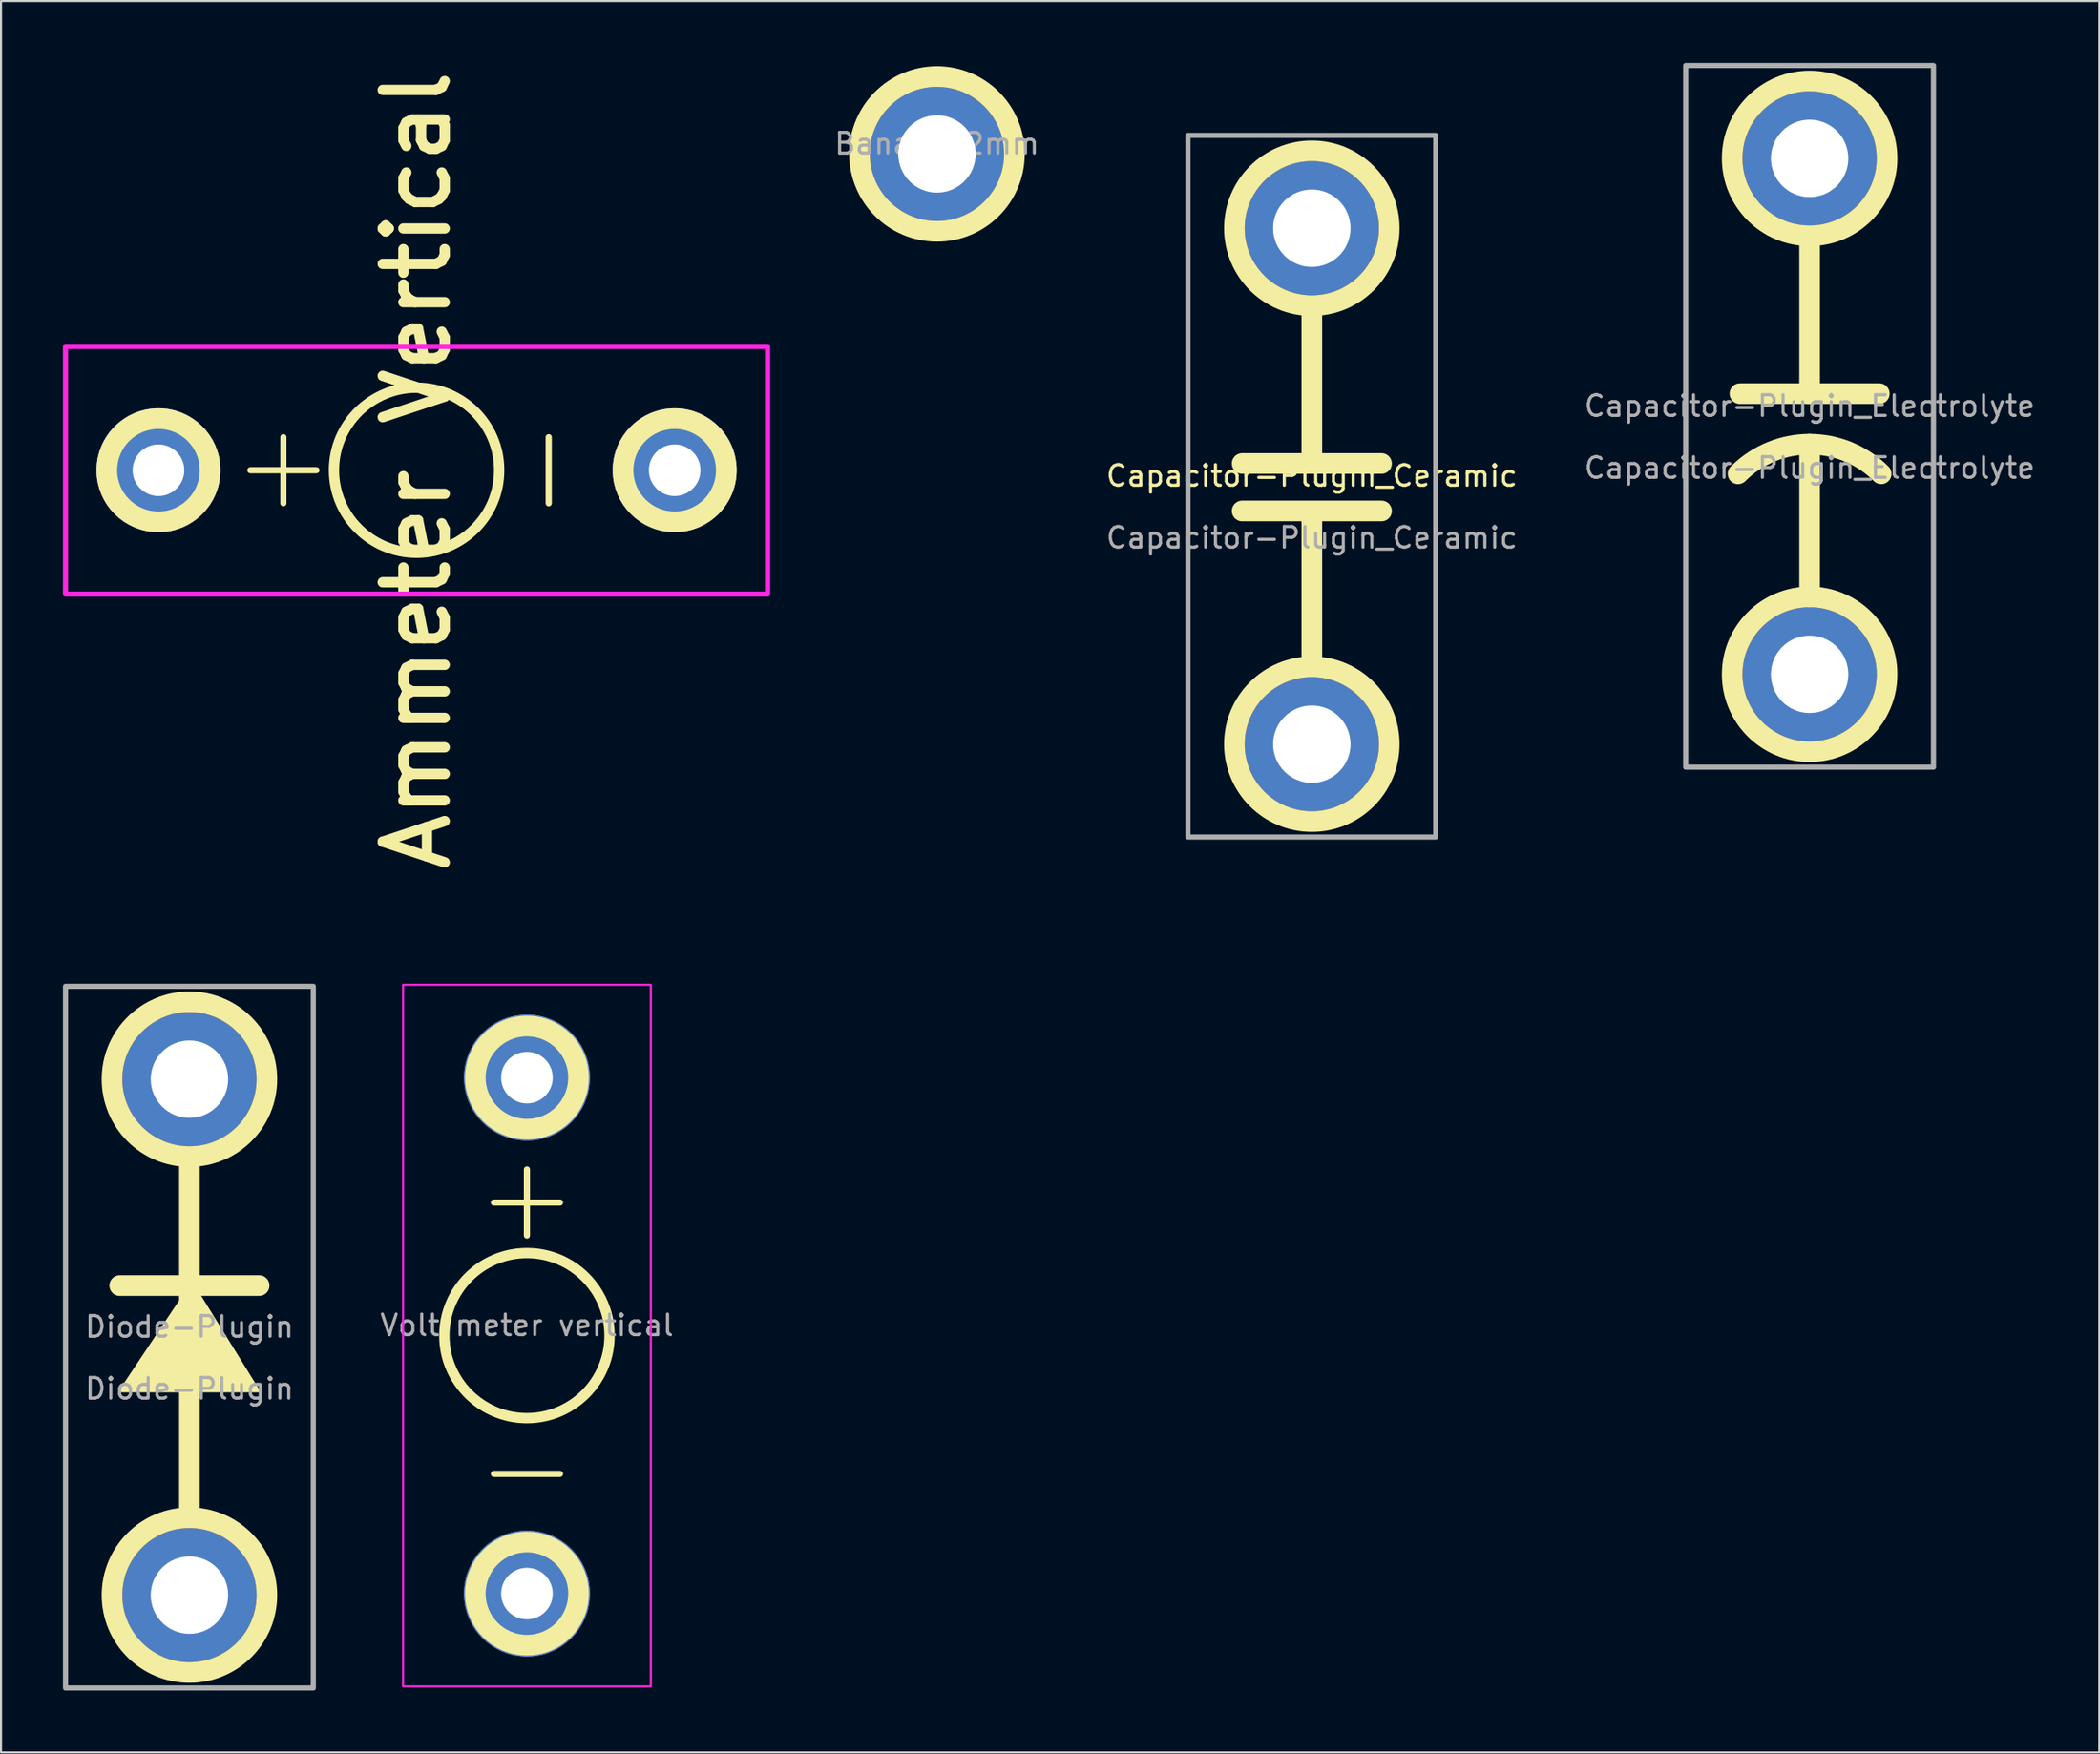
<source format=kicad_pcb>
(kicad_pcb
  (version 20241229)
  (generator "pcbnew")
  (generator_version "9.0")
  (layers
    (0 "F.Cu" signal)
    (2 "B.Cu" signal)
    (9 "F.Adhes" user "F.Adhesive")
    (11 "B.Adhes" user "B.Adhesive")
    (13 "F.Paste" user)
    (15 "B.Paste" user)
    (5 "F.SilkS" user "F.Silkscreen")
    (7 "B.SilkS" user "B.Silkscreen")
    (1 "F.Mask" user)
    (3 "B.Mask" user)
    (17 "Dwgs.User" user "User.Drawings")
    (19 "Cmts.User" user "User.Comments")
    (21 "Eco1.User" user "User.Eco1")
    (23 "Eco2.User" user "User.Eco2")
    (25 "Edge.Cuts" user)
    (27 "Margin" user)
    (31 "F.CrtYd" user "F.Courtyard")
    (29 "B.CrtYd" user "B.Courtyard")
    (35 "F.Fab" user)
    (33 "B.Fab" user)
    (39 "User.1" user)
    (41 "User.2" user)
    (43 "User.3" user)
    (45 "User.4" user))
  (footprint "Volt meter vertical"
    (layer "F.Cu")
    (at 22.47 61.67)
    (property "Reference" "Volt meter vertical" (at 0 -0.5 0) (unlocked yes) (layer "F.Fab") (effects (font (size 1 1) (thickness 0.15))))
    (attr smd)
    (fp_circle (center 0 -12.5) (end 2.95 -12.5) (stroke (width 0.2) (type default)) (fill yes) (layer "B.Cu"))
    (fp_circle (center 0 12.5) (end 2.95 12.5) (stroke (width 0.2) (type default)) (fill yes) (layer "B.Cu"))
    (fp_line (start -1.6 -6.45) (end 1.6 -6.45) (stroke (width 0.3) (type default)) (layer "F.SilkS"))
    (fp_line (start -1.6 6.7) (end 1.6 6.7) (stroke (width 0.3) (type default)) (layer "F.SilkS"))
    (fp_line (start 0 -4.85) (end 0 -8.05) (stroke (width 0.3) (type default)) (layer "F.SilkS"))
    (fp_circle (center 0 -12.5) (end -2.5 -12.5) (stroke (width 1) (type default)) (fill no) (layer "F.SilkS"))
    (fp_circle (center 0 0) (end 4 0) (stroke (width 0.5) (type default)) (fill no) (layer "F.SilkS"))
    (fp_circle (center 0 12.5) (end -2.5 12.5) (stroke (width 1) (type default)) (fill no) (layer "F.SilkS"))
    (fp_rect (start -6 -17) (end 6 17) (stroke (width 0.1) (type default)) (fill no) (layer "F.CrtYd"))
    (pad "1" thru_hole circle (at 0 12.5 180) (size 6.1 6.1) (drill 2.5) (layers "*.Cu" "*.Mask"))
    (pad "2" thru_hole circle (at 0 -12.5 180) (size 6.1 6.1) (drill 2.5) (layers "*.Cu" "*.Mask")))
  (footprint "Diode-Plugin"
    (layer "F.Cu")
    (at 6.125 61.745)
    (property "Reference" "Diode-Plugin" (at 0 -0.5 0) (unlocked yes) (layer "F.Fab") (effects (font (size 1 1) (thickness 0.15))))
    (attr smd)
    (fp_line (start -3.375 -2.5) (end 3.375 -2.5) (stroke (width 1) (type default)) (layer "F.SilkS"))
    (fp_line (start 0 -8.6) (end 0 8.7) (stroke (width 1) (type default)) (layer "F.SilkS"))
    (fp_circle (center 0 -12.5) (end 3.75 -12.5) (stroke (width 1) (type default)) (fill no) (layer "F.SilkS"))
    (fp_circle (center 0 12.5) (end 3.75 12.5) (stroke (width 1) (type default)) (fill no) (layer "F.SilkS"))
    (fp_poly (pts (xy -3.375 2.625) (xy 3.375 2.625) (xy 0.125 -2.625)) (stroke (width 0.1) (type solid)) (fill yes) (layer "F.SilkS"))
    (fp_rect (start -6 -17) (end 6 17) (stroke (width 0.25) (type default)) (fill no) (layer "F.Fab"))
    (fp_text user "${REFERENCE}" (at 0 2.5 0) (unlocked yes) (layer "F.Fab") (effects (font (size 1 1) (thickness 0.15))))
    (pad "1" thru_hole circle (at 0 -12.5) (size 6.5 6.5) (drill 3.75) (layers "*.Cu" "*.Mask"))
    (pad "2" thru_hole circle (at 0 12.5) (size 6.5 6.5) (drill 3.75) (layers "*.Cu" "*.Mask")))
  (footprint "Banana_2mm"
    (layer "F.Cu")
    (at 42.327 4.41)
    (property "Reference" "Banana_2mm" (at 0 -0.5 0) (unlocked yes) (layer "F.Fab") (effects (font (size 1 1) (thickness 0.15))))
    (attr smd)
    (fp_circle (center 0 0) (end 3.75 0) (stroke (width 1) (type default)) (fill no) (layer "F.SilkS"))
    (dimension (type center) (layer "User.2") (pts (xy 42.327 4.41) (xy 46.677 4.41)) (style (thickness 0.12) (arrow_length 1.27) (text_position_mode 0) (extension_offset 0.5) (keep_text_aligned yes)))
    (pad "1" thru_hole circle (at 0 0) (size 6.5 6.5) (drill 3.75) (layers "*.Cu" "*.Mask")))
  (footprint "Ammeter Vertical"
    (layer "F.Cu")
    (at 17.125 19.736)
    (property "Reference" "Ammeter Vertical" (at 0 0 90) (unlocked yes) (layer "F.SilkS") (effects (font (size 3 3) (thickness 0.5))))
    (attr smd)
    (fp_circle (center -12.5 0) (end -9.6 0) (stroke (width 0.2) (type default)) (fill yes) (layer "B.Cu"))
    (fp_circle (center 12.5 0) (end 15.4 0) (stroke (width 0.2) (type default)) (fill yes) (layer "B.Cu"))
    (fp_line (start -6.45 1.6) (end -6.45 -1.6) (stroke (width 0.3) (type default)) (layer "F.SilkS"))
    (fp_line (start -4.85 0) (end -8.05 0) (stroke (width 0.3) (type default)) (layer "F.SilkS"))
    (fp_line (start 6.4 -1.6) (end 6.4 1.6) (stroke (width 0.3) (type default)) (layer "F.SilkS"))
    (fp_circle (center -12.5 0) (end -12.5 2.5) (stroke (width 1) (type default)) (fill no) (layer "F.SilkS"))
    (fp_circle (center 0 0) (end 4 0) (stroke (width 0.5) (type default)) (fill no) (layer "F.SilkS"))
    (fp_circle (center 12.5 0) (end 12.5 2.5) (stroke (width 1) (type default)) (fill no) (layer "F.SilkS"))
    (fp_rect (start -17 -6) (end 17 6) (stroke (width 0.25) (type default)) (fill no) (layer "F.CrtYd"))
    (pad "1" thru_hole circle (at 12.5 0 270) (size 6 6) (drill 2.5) (layers "*.Cu" "*.Mask"))
    (pad "2" thru_hole circle (at -12.5 0 270) (size 6 6) (drill 2.5) (layers "*.Cu" "*.Mask")))
  (footprint "Capacitor-Plugin_Electrolyte"
    (layer "F.Cu")
    (at 84.589 17.125)
    (property "Reference" "Capacitor-Plugin_Electrolyte" (at 0 -0.5 0) (unlocked yes) (layer "F.Fab") (effects (font (size 1 1) (thickness 0.15))))
    (attr smd)
    (fp_line (start -3.375 -1.1) (end 3.375 -1.1) (stroke (width 1) (type default)) (layer "F.SilkS"))
    (fp_line (start 0 -8.7) (end 0 -1.1) (stroke (width 1) (type default)) (layer "F.SilkS"))
    (fp_line (start 0 1.35) (end 0 8.75) (stroke (width 1) (type default)) (layer "F.SilkS"))
    (fp_arc (start -3.465228 2.785344) (mid 0 1.35) (end 3.465228 2.785344) (stroke (width 1) (type default)) (layer "F.SilkS"))
    (fp_circle (center 0 -12.5) (end 3.75 -12.5) (stroke (width 1) (type default)) (fill no) (layer "F.SilkS"))
    (fp_circle (center 0 12.5) (end 3.75 12.5) (stroke (width 1) (type default)) (fill no) (layer "F.SilkS"))
    (fp_rect (start -6 -17) (end 6 17) (stroke (width 0.25) (type default)) (fill no) (layer "F.Fab"))
    (fp_text user "${REFERENCE}" (at 0 2.5 0) (unlocked yes) (layer "F.Fab") (effects (font (size 1 1) (thickness 0.15))))
    (pad "1" thru_hole circle (at 0 -12.5) (size 6.5 6.5) (drill 3.75) (layers "*.Cu" "*.Mask"))
    (pad "2" thru_hole circle (at 0 12.5) (size 6.5 6.5) (drill 3.75) (layers "*.Cu" "*.Mask")))
  (footprint "Capacitor-Plugin_Ceramic"
    (layer "F.Cu")
    (at 60.482 20.51)
    (property "Reference" "Capacitor-Plugin_Ceramic" (at 0 -0.5 0) (unlocked yes) (layer "F.SilkS") (effects (font (size 1 1) (thickness 0.15))))
    (attr smd)
    (fp_line (start -3.375 -1.1) (end 3.375 -1.1) (stroke (width 1) (type default)) (layer "F.SilkS"))
    (fp_line (start -3.375 1.2) (end 3.375 1.2) (stroke (width 1) (type default)) (layer "F.SilkS"))
    (fp_line (start 0 -8.7) (end 0 -1.1) (stroke (width 1) (type default)) (layer "F.SilkS"))
    (fp_line (start 0 1.35) (end 0 8.55) (stroke (width 1) (type default)) (layer "F.SilkS"))
    (fp_circle (center 0 -12.5) (end 3.75 -12.5) (stroke (width 1) (type default)) (fill no) (layer "F.SilkS"))
    (fp_circle (center 0 12.5) (end 3.75 12.5) (stroke (width 1) (type default)) (fill no) (layer "F.SilkS"))
    (fp_rect (start -6 -17) (end 6 17) (stroke (width 0.25) (type default)) (fill no) (layer "F.Fab"))
    (fp_text user "${REFERENCE}" (at 0 2.5 0) (unlocked yes) (layer "F.Fab") (effects (font (size 1 1) (thickness 0.15))))
    (dimension (type center) (layer "User.2") (pts (xy 60.482 33.01) (xy 69.032 33.01)) (style (thickness 0.12) (arrow_length 1.27) (text_position_mode 0) (extension_offset 0.5) (keep_text_aligned yes)))
    (dimension (type center) (layer "User.2") (pts (xy 60.482 8.01) (xy 68.432 8.01)) (style (thickness 0.12) (arrow_length 1.27) (text_position_mode 0) (extension_offset 0.5) (keep_text_aligned yes)))
    (pad "1" thru_hole circle (at 0 -12.5) (size 6.5 6.5) (drill 3.75) (layers "*.Cu" "*.Mask"))
    (pad "2" thru_hole circle (at 0 12.5) (size 6.5 6.5) (drill 3.75) (layers "*.Cu" "*.Mask")))
  (gr_rect
    (start -3 -3)
    (end 98.619 81.87)
    (stroke (width 0.1) (type default))
    (fill no)
    (layer "Edge.Cuts")))
</source>
